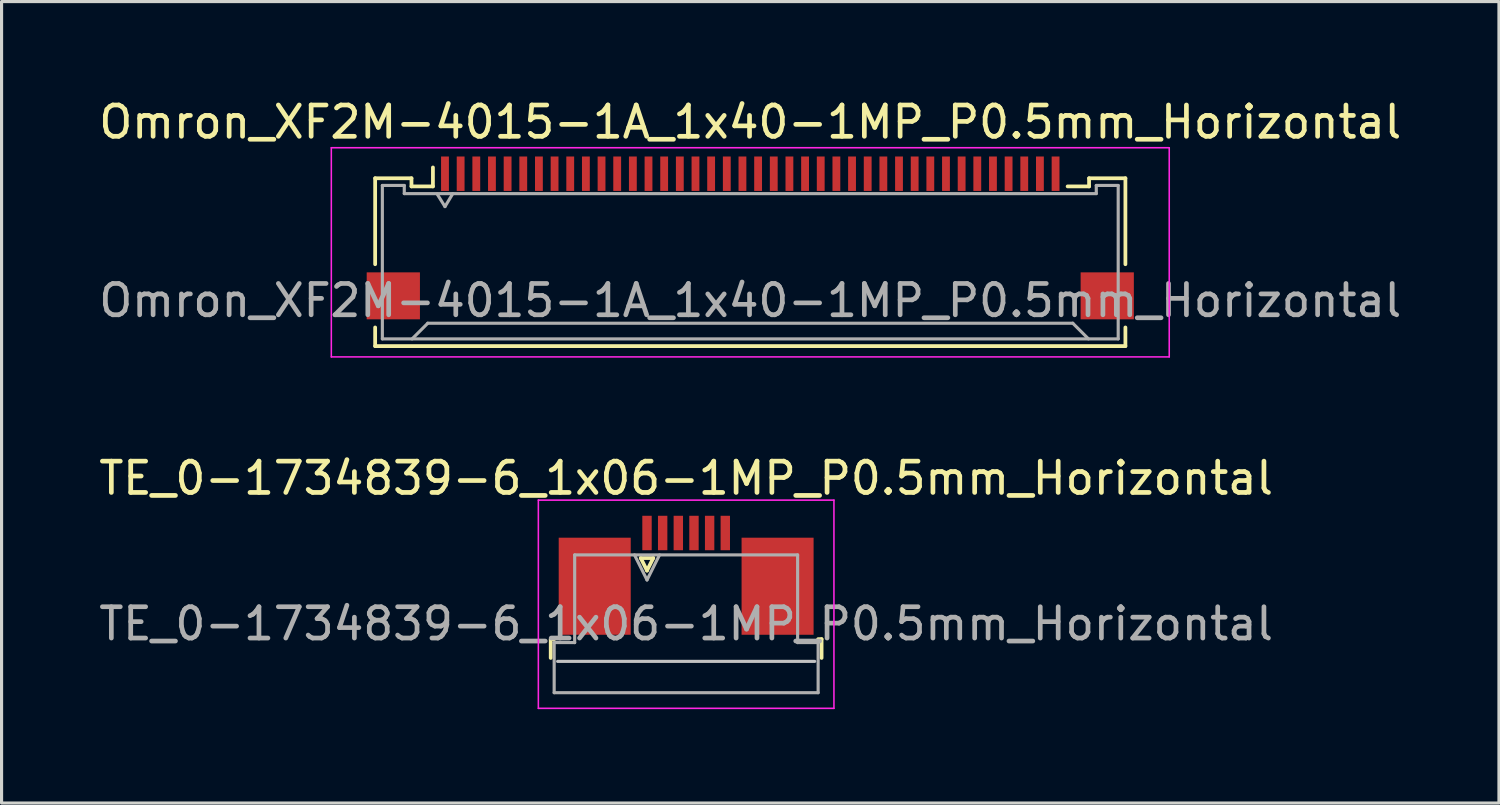
<source format=kicad_pcb>
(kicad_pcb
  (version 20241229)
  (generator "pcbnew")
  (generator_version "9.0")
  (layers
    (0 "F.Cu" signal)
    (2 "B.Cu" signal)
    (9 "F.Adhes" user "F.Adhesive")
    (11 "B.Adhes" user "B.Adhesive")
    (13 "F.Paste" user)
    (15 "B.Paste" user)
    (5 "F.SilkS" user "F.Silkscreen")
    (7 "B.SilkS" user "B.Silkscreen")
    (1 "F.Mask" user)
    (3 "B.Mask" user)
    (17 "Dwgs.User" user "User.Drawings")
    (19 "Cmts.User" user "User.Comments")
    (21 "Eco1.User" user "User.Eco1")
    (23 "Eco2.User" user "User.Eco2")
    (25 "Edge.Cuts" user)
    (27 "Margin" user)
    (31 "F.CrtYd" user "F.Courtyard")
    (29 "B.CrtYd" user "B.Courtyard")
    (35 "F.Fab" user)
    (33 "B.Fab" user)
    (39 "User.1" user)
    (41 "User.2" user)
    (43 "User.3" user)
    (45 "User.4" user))
  (footprint "Omron_XF2M-4015-1A_1x40-1MP_P0.5mm_Horizontal"
    (layer "F.Cu")
    (at 20.911 4.548)
    (property "Reference" "Omron_XF2M-4015-1A_1x40-1MP_P0.5mm_Horizontal" (at 0 -3.7 0) (layer "F.SilkS") (effects (font (size 1 1) (thickness 0.15))))
    (attr smd)
    (fp_line (start -11.98 -1.905) (end -11.98 0.84) (stroke (width 0.12) (type solid)) (layer "F.SilkS"))
    (fp_line (start -11.98 2.86) (end -11.98 3.455) (stroke (width 0.12) (type solid)) (layer "F.SilkS"))
    (fp_line (start -11.98 3.455) (end 11.98 3.455) (stroke (width 0.12) (type solid)) (layer "F.SilkS"))
    (fp_line (start -10.82 -1.905) (end -11.98 -1.905) (stroke (width 0.12) (type solid)) (layer "F.SilkS"))
    (fp_line (start -10.82 -1.645) (end -10.82 -1.905) (stroke (width 0.12) (type solid)) (layer "F.SilkS"))
    (fp_line (start -10.135 -1.645) (end -10.82 -1.645) (stroke (width 0.12) (type solid)) (layer "F.SilkS"))
    (fp_line (start -10.135 -1.645) (end -10.135 -2.25) (stroke (width 0.12) (type solid)) (layer "F.SilkS"))
    (fp_line (start 10.82 -1.905) (end 10.82 -1.645) (stroke (width 0.12) (type solid)) (layer "F.SilkS"))
    (fp_line (start 10.82 -1.645) (end 10.135 -1.645) (stroke (width 0.12) (type solid)) (layer "F.SilkS"))
    (fp_line (start 11.98 -1.905) (end 10.82 -1.905) (stroke (width 0.12) (type solid)) (layer "F.SilkS"))
    (fp_line (start 11.98 0.84) (end 11.98 -1.905) (stroke (width 0.12) (type solid)) (layer "F.SilkS"))
    (fp_line (start 11.98 3.455) (end 11.98 2.86) (stroke (width 0.12) (type solid)) (layer "F.SilkS"))
    (fp_line (start -13.38 -2.88) (end 13.38 -2.88) (stroke (width 0.05) (type solid)) (layer "F.CrtYd"))
    (fp_line (start -13.38 3.8) (end -13.38 -2.88) (stroke (width 0.05) (type solid)) (layer "F.CrtYd"))
    (fp_line (start 13.38 -2.88) (end 13.38 3.8) (stroke (width 0.05) (type solid)) (layer "F.CrtYd"))
    (fp_line (start 13.38 3.8) (end -13.38 3.8) (stroke (width 0.05) (type solid)) (layer "F.CrtYd"))
    (fp_line (start -11.75 -1.675) (end -11.75 3.225) (stroke (width 0.1) (type solid)) (layer "F.Fab"))
    (fp_line (start -11.75 3.225) (end 11.75 3.225) (stroke (width 0.1) (type solid)) (layer "F.Fab"))
    (fp_line (start -11.05 -1.675) (end -11.75 -1.675) (stroke (width 0.1) (type solid)) (layer "F.Fab"))
    (fp_line (start -11.05 -1.675) (end -11.05 -1.415) (stroke (width 0.1) (type solid)) (layer "F.Fab"))
    (fp_line (start -10.3 2.725) (end -10.8 3.225) (stroke (width 0.1) (type solid)) (layer "F.Fab"))
    (fp_line (start -10.3 2.725) (end 10.3 2.725) (stroke (width 0.1) (type solid)) (layer "F.Fab"))
    (fp_line (start -9.75 -1) (end -10 -1.4) (stroke (width 0.1) (type solid)) (layer "F.Fab"))
    (fp_line (start -9.5 -1.415) (end -9.75 -1) (stroke (width 0.1) (type solid)) (layer "F.Fab"))
    (fp_line (start 10.3 2.725) (end 10.8 3.225) (stroke (width 0.1) (type solid)) (layer "F.Fab"))
    (fp_line (start 11.05 -1.675) (end 11.05 -1.415) (stroke (width 0.1) (type solid)) (layer "F.Fab"))
    (fp_line (start 11.05 -1.675) (end 11.75 -1.675) (stroke (width 0.1) (type solid)) (layer "F.Fab"))
    (fp_line (start 11.05 -1.415) (end -11.05 -1.415) (stroke (width 0.1) (type solid)) (layer "F.Fab"))
    (fp_line (start 11.75 3.225) (end 11.75 -1.675) (stroke (width 0.1) (type solid)) (layer "F.Fab"))
    (fp_text user "${REFERENCE}" (at 0 2 0) (layer "F.Fab") (effects (font (size 1 1) (thickness 0.15))))
    (pad "1" smd rect (at -9.75 -2.05) (size 0.25 1.1) (layers "F.Cu" "F.Mask" "F.Paste"))
    (pad "2" smd rect (at -9.25 -2.05) (size 0.25 1.1) (layers "F.Cu" "F.Mask" "F.Paste"))
    (pad "3" smd rect (at -8.75 -2.05) (size 0.25 1.1) (layers "F.Cu" "F.Mask" "F.Paste"))
    (pad "4" smd rect (at -8.25 -2.05) (size 0.25 1.1) (layers "F.Cu" "F.Mask" "F.Paste"))
    (pad "5" smd rect (at -7.75 -2.05) (size 0.25 1.1) (layers "F.Cu" "F.Mask" "F.Paste"))
    (pad "6" smd rect (at -7.25 -2.05) (size 0.25 1.1) (layers "F.Cu" "F.Mask" "F.Paste"))
    (pad "7" smd rect (at -6.75 -2.05) (size 0.25 1.1) (layers "F.Cu" "F.Mask" "F.Paste"))
    (pad "8" smd rect (at -6.25 -2.05) (size 0.25 1.1) (layers "F.Cu" "F.Mask" "F.Paste"))
    (pad "9" smd rect (at -5.75 -2.05) (size 0.25 1.1) (layers "F.Cu" "F.Mask" "F.Paste"))
    (pad "10" smd rect (at -5.25 -2.05) (size 0.25 1.1) (layers "F.Cu" "F.Mask" "F.Paste"))
    (pad "11" smd rect (at -4.75 -2.05) (size 0.25 1.1) (layers "F.Cu" "F.Mask" "F.Paste"))
    (pad "12" smd rect (at -4.25 -2.05) (size 0.25 1.1) (layers "F.Cu" "F.Mask" "F.Paste"))
    (pad "13" smd rect (at -3.75 -2.05) (size 0.25 1.1) (layers "F.Cu" "F.Mask" "F.Paste"))
    (pad "14" smd rect (at -3.25 -2.05) (size 0.25 1.1) (layers "F.Cu" "F.Mask" "F.Paste"))
    (pad "15" smd rect (at -2.75 -2.05) (size 0.25 1.1) (layers "F.Cu" "F.Mask" "F.Paste"))
    (pad "16" smd rect (at -2.25 -2.05) (size 0.25 1.1) (layers "F.Cu" "F.Mask" "F.Paste"))
    (pad "17" smd rect (at -1.75 -2.05) (size 0.25 1.1) (layers "F.Cu" "F.Mask" "F.Paste"))
    (pad "18" smd rect (at -1.25 -2.05) (size 0.25 1.1) (layers "F.Cu" "F.Mask" "F.Paste"))
    (pad "19" smd rect (at -0.75 -2.05) (size 0.25 1.1) (layers "F.Cu" "F.Mask" "F.Paste"))
    (pad "20" smd rect (at -0.25 -2.05) (size 0.25 1.1) (layers "F.Cu" "F.Mask" "F.Paste"))
    (pad "21" smd rect (at 0.25 -2.05) (size 0.25 1.1) (layers "F.Cu" "F.Mask" "F.Paste"))
    (pad "22" smd rect (at 0.75 -2.05) (size 0.25 1.1) (layers "F.Cu" "F.Mask" "F.Paste"))
    (pad "23" smd rect (at 1.25 -2.05) (size 0.25 1.1) (layers "F.Cu" "F.Mask" "F.Paste"))
    (pad "24" smd rect (at 1.75 -2.05) (size 0.25 1.1) (layers "F.Cu" "F.Mask" "F.Paste"))
    (pad "25" smd rect (at 2.25 -2.05) (size 0.25 1.1) (layers "F.Cu" "F.Mask" "F.Paste"))
    (pad "26" smd rect (at 2.75 -2.05) (size 0.25 1.1) (layers "F.Cu" "F.Mask" "F.Paste"))
    (pad "27" smd rect (at 3.25 -2.05) (size 0.25 1.1) (layers "F.Cu" "F.Mask" "F.Paste"))
    (pad "28" smd rect (at 3.75 -2.05) (size 0.25 1.1) (layers "F.Cu" "F.Mask" "F.Paste"))
    (pad "29" smd rect (at 4.25 -2.05) (size 0.25 1.1) (layers "F.Cu" "F.Mask" "F.Paste"))
    (pad "30" smd rect (at 4.75 -2.05) (size 0.25 1.1) (layers "F.Cu" "F.Mask" "F.Paste"))
    (pad "31" smd rect (at 5.25 -2.05) (size 0.25 1.1) (layers "F.Cu" "F.Mask" "F.Paste"))
    (pad "32" smd rect (at 5.75 -2.05) (size 0.25 1.1) (layers "F.Cu" "F.Mask" "F.Paste"))
    (pad "33" smd rect (at 6.25 -2.05) (size 0.25 1.1) (layers "F.Cu" "F.Mask" "F.Paste"))
    (pad "34" smd rect (at 6.75 -2.05) (size 0.25 1.1) (layers "F.Cu" "F.Mask" "F.Paste"))
    (pad "35" smd rect (at 7.25 -2.05) (size 0.25 1.1) (layers "F.Cu" "F.Mask" "F.Paste"))
    (pad "36" smd rect (at 7.75 -2.05) (size 0.25 1.1) (layers "F.Cu" "F.Mask" "F.Paste"))
    (pad "37" smd rect (at 8.25 -2.05) (size 0.25 1.1) (layers "F.Cu" "F.Mask" "F.Paste"))
    (pad "38" smd rect (at 8.75 -2.05) (size 0.25 1.1) (layers "F.Cu" "F.Mask" "F.Paste"))
    (pad "39" smd rect (at 9.25 -2.05) (size 0.25 1.1) (layers "F.Cu" "F.Mask" "F.Paste"))
    (pad "40" smd rect (at 9.75 -2.05) (size 0.25 1.1) (layers "F.Cu" "F.Mask" "F.Paste"))
    (pad "MP" smd rect (at -11.4 1.85) (size 1.7 1.5) (layers "F.Cu" "F.Mask" "F.Paste"))
    (pad "MP" smd rect (at 11.4 1.85) (size 1.7 1.5) (layers "F.Cu" "F.Mask" "F.Paste")))
  (footprint "TE_0-1734839-6_1x06-1MP_P0.5mm_Horizontal"
    (layer "F.Cu")
    (at 18.863 15.322)
    (property "Reference" "TE_0-1734839-6_1x06-1MP_P0.5mm_Horizontal" (at 0 -3.1 0) (layer "F.SilkS") (effects (font (size 1 1) (thickness 0.15))))
    (attr smd)
    (fp_line (start -4.325 2.04) (end -4.325 2.64) (stroke (width 0.12) (type solid)) (layer "F.SilkS"))
    (fp_line (start -4.215 2.04) (end -4.325 2.04) (stroke (width 0.12) (type solid)) (layer "F.SilkS"))
    (fp_line (start -1.45 -0.55) (end -1.25 -0.15) (stroke (width 0.12) (type solid)) (layer "F.SilkS"))
    (fp_line (start -1.25 -0.15) (end -1.05 -0.55) (stroke (width 0.12) (type solid)) (layer "F.SilkS"))
    (fp_line (start -1.05 -0.55) (end -1.45 -0.55) (stroke (width 0.12) (type solid)) (layer "F.SilkS"))
    (fp_line (start 4.215 2.04) (end 4.325 2.04) (stroke (width 0.12) (type solid)) (layer "F.SilkS"))
    (fp_line (start 4.325 2.04) (end 4.325 2.64) (stroke (width 0.12) (type solid)) (layer "F.SilkS"))
    (fp_line (start 4.105 2.75) (end -4.105 2.75) (stroke (width 0.1) (type solid)) (layer "Dwgs.User"))
    (fp_line (start -4.72 -2.4) (end -4.72 4.25) (stroke (width 0.05) (type solid)) (layer "F.CrtYd"))
    (fp_line (start -4.72 4.25) (end 4.72 4.25) (stroke (width 0.05) (type solid)) (layer "F.CrtYd"))
    (fp_line (start 4.72 -2.4) (end -4.72 -2.4) (stroke (width 0.05) (type solid)) (layer "F.CrtYd"))
    (fp_line (start 4.72 4.25) (end 4.72 -2.4) (stroke (width 0.05) (type solid)) (layer "F.CrtYd"))
    (fp_line (start -4.215 2.15) (end -3.56 2.15) (stroke (width 0.1) (type solid)) (layer "F.Fab"))
    (fp_line (start -4.215 3.75) (end -4.215 2.15) (stroke (width 0.1) (type solid)) (layer "F.Fab"))
    (fp_line (start -3.56 -0.65) (end 3.56 -0.65) (stroke (width 0.1) (type solid)) (layer "F.Fab"))
    (fp_line (start -3.56 2.15) (end -3.56 -0.65) (stroke (width 0.1) (type solid)) (layer "F.Fab"))
    (fp_line (start -1.65 -0.65) (end -1.25 0.15) (stroke (width 0.1) (type solid)) (layer "F.Fab"))
    (fp_line (start -1.25 0.15) (end -0.85 -0.65) (stroke (width 0.1) (type solid)) (layer "F.Fab"))
    (fp_line (start 3.56 -0.65) (end 3.56 2.15) (stroke (width 0.1) (type solid)) (layer "F.Fab"))
    (fp_line (start 3.56 2.15) (end 4.215 2.15) (stroke (width 0.1) (type solid)) (layer "F.Fab"))
    (fp_line (start 4.215 2.15) (end 4.215 3.75) (stroke (width 0.1) (type solid)) (layer "F.Fab"))
    (fp_line (start 4.215 3.75) (end -4.215 3.75) (stroke (width 0.1) (type solid)) (layer "F.Fab"))
    (fp_text user "${REFERENCE}" (at 0 1.55 0) (layer "F.Fab") (effects (font (size 1 1) (thickness 0.15))))
    (pad "1" smd rect (at -1.25 -1.35) (size 0.3 1.1) (layers "F.Cu" "F.Mask" "F.Paste"))
    (pad "2" smd rect (at -0.75 -1.35) (size 0.3 1.1) (layers "F.Cu" "F.Mask" "F.Paste"))
    (pad "3" smd rect (at -0.25 -1.35) (size 0.3 1.1) (layers "F.Cu" "F.Mask" "F.Paste"))
    (pad "4" smd rect (at 0.25 -1.35) (size 0.3 1.1) (layers "F.Cu" "F.Mask" "F.Paste"))
    (pad "5" smd rect (at 0.75 -1.35) (size 0.3 1.1) (layers "F.Cu" "F.Mask" "F.Paste"))
    (pad "6" smd rect (at 1.25 -1.35) (size 0.3 1.1) (layers "F.Cu" "F.Mask" "F.Paste"))
    (pad "MP" smd rect (at -2.92 0.35) (size 2.3 3.1) (layers "F.Cu" "F.Mask" "F.Paste"))
    (pad "MP" smd rect (at 2.92 0.35) (size 2.3 3.1) (layers "F.Cu" "F.Mask" "F.Paste")))
  (gr_rect
    (start -3 -3)
    (end 44.821 22.596)
    (stroke (width 0.1) (type default))
    (fill no)
    (layer "Edge.Cuts")))
</source>
